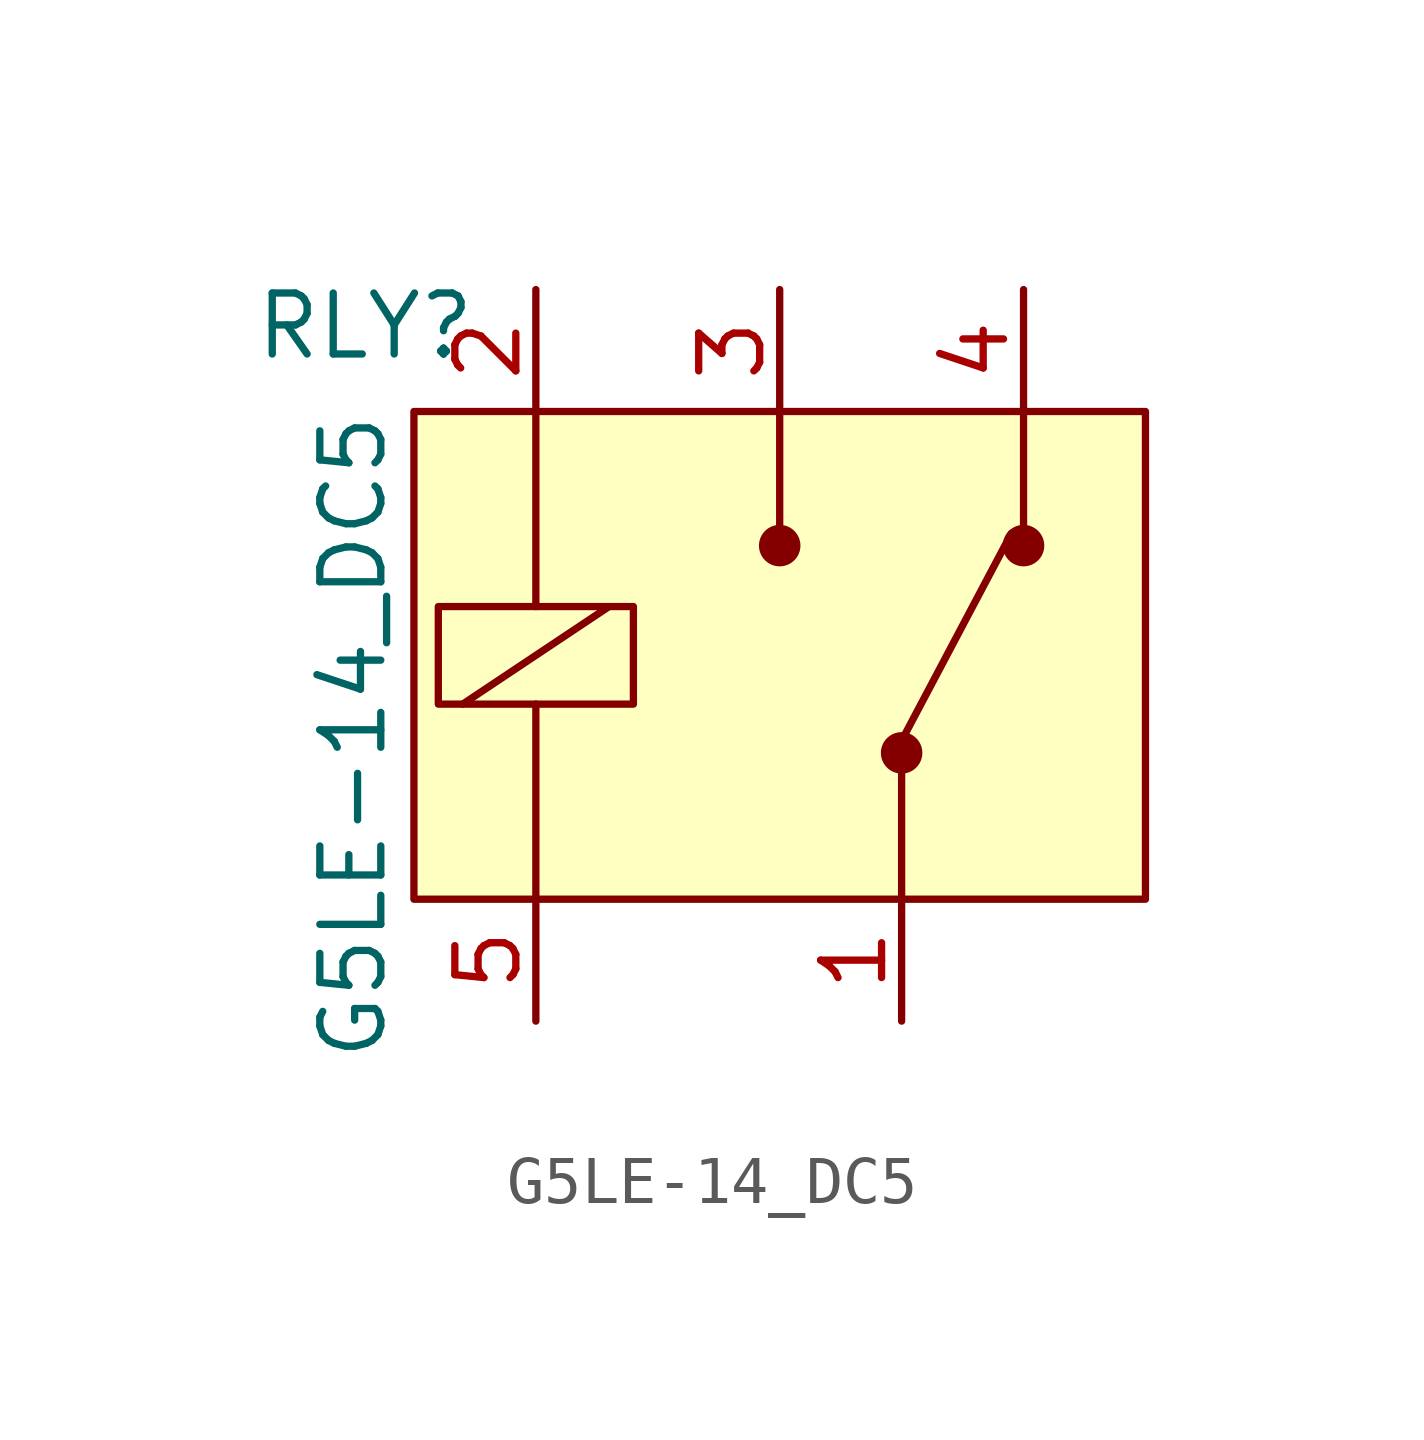
<source format=kicad_sym>
(kicad_symbol_lib
  (version 20220914)
  (generator kicad_symbol_editor)
  (symbol "G5LE-14_DC5"
    (pin_names
      (offset 0) hide)
    (property "Reference" "RLY"
      (at -8.636 6.858 0)
      (effects (font (size 1.27 1.27))))
    (property "Value" "G5LE-14_DC5"
      (at -8.89 5.08 90)
      (effects (font (size 1.27 1.27)) (justify right)))
    (symbol "G5LE-14_DC5_0_1"
      (rectangle (start -7.62 5.08) (end 7.62 -5.08) (stroke (width 0) (type solid)) (fill (type background)))
      (rectangle (start -7.112 1.016) (end -3.048 -1.016) (stroke (width 0) (type solid)) (fill (type none)))
      (polyline (pts (xy -6.604 -1.016) (xy -3.556 1.016)) (stroke (width 0) (type solid)) (fill (type none)))
      (polyline (pts (xy -5.08 -5.08) (xy -5.08 -1.016)) (stroke (width 0) (type solid)) (fill (type none)))
      (polyline (pts (xy -5.08 5.08) (xy -5.08 1.016)) (stroke (width 0) (type solid)) (fill (type none)))
      (polyline (pts (xy 0 5.08) (xy 0 2.54)) (stroke (width 0) (type solid)) (fill (type none)))
      (polyline (pts (xy 2.54 -5.08) (xy 2.54 -2.286)) (stroke (width 0) (type solid)) (fill (type none)))
      (polyline (pts (xy 2.54 -1.778) (xy 4.826 2.54)) (stroke (width 0) (type solid)) (fill (type none)))
      (polyline (pts (xy 5.08 5.08) (xy 5.08 2.54)) (stroke (width 0) (type solid)) (fill (type none)))
      (circle (center 0 2.286) (radius 0.356) (stroke (width 0) (type solid)) (fill (type outline)))
      (circle (center 2.54 -2.032) (radius 0.356) (stroke (width 0) (type solid)) (fill (type outline)))
      (circle (center 5.08 2.286) (radius 0.356) (stroke (width 0) (type solid)) (fill (type outline))))
    (symbol "G5LE-14_DC5_1_1"
      (pin passive line (at 2.54 -7.62 90) (length 2.54) (name "COM" (effects (font (size 1.27 1.27)))) (number "1" (effects (font (size 1.27 1.27)))))
      (pin passive line (at -5.08 7.62 270) (length 2.54) (name "COIL" (effects (font (size 1.27 1.27)))) (number "2" (effects (font (size 1.27 1.27)))))
      (pin passive line (at 0 7.62 270) (length 2.54) (name "NO" (effects (font (size 1.27 1.27)))) (number "3" (effects (font (size 1.27 1.27)))))
      (pin passive line (at 5.08 7.62 270) (length 2.54) (name "NC" (effects (font (size 1.27 1.27)))) (number "4" (effects (font (size 1.27 1.27)))))
      (pin passive line (at -5.08 -7.62 90) (length 2.54) (name "COIL" (effects (font (size 1.27 1.27)))) (number "5" (effects (font (size 1.27 1.27))))))))
</source>
